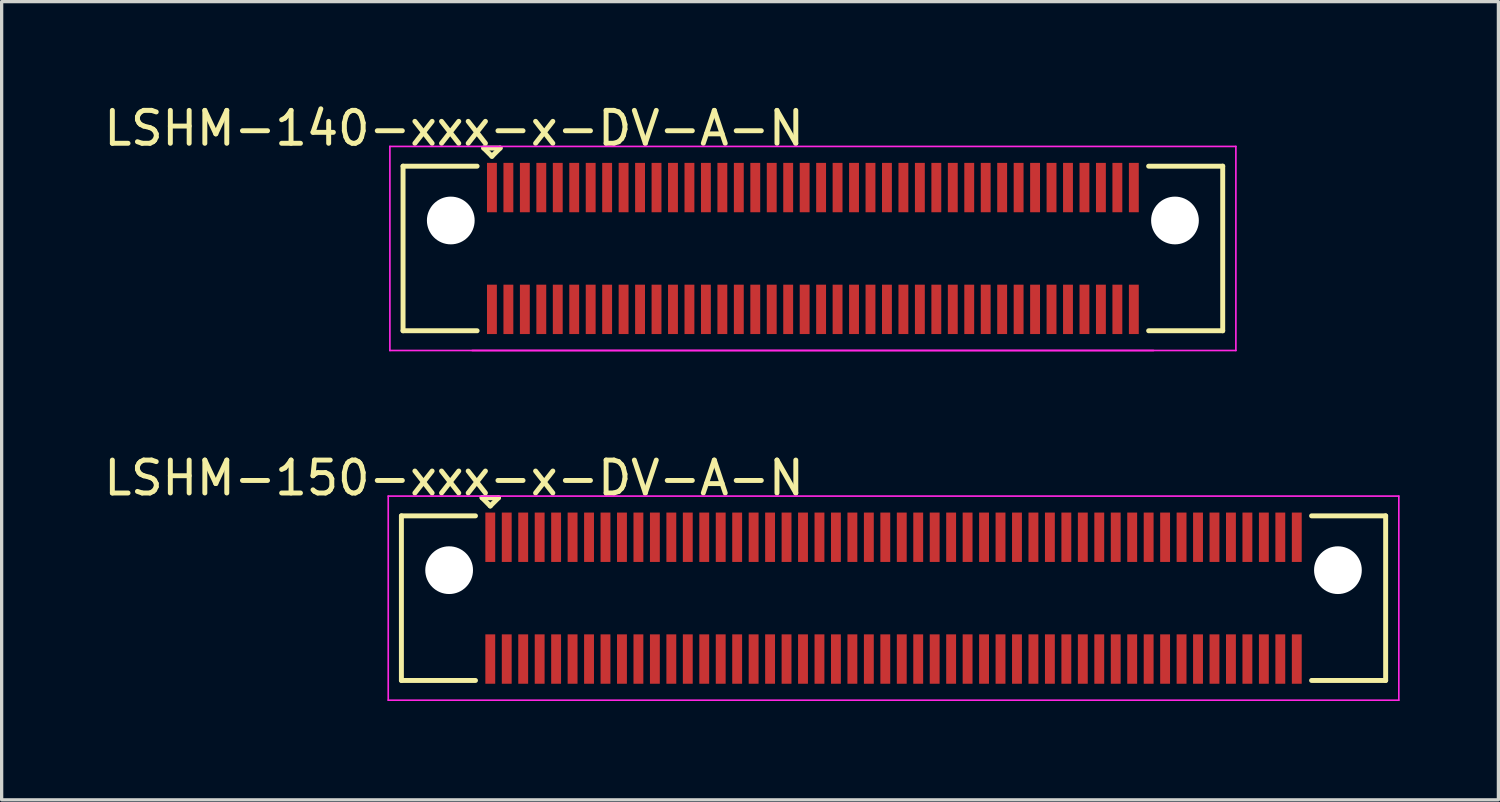
<source format=kicad_pcb>
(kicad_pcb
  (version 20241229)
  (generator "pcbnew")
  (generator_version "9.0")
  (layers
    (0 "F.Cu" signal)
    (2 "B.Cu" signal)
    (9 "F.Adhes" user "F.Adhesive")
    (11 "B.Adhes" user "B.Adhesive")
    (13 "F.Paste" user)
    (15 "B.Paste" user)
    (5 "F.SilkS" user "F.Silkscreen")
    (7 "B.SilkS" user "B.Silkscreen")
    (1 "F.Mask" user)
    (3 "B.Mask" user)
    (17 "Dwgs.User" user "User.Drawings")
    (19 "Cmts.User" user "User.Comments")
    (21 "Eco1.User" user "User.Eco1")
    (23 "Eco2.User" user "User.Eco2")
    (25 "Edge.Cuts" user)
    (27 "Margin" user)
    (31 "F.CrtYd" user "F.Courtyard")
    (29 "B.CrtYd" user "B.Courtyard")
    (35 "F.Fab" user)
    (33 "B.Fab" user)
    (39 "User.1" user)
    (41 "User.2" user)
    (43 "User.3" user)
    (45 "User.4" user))
  (footprint "LSHM-150-xxx-x-DV-A-N"
    (layer "F.Cu")
    (at 24.094 15.121)
    (property "Reference" "LSHM-150-xxx-x-DV-A-N" (at -13.35 -3.65 0) (layer "F.SilkS") (effects (font (size 1 1) (thickness 0.15))))
    (attr smd)
    (fp_line (start -14.95 -2.5) (end -14.95 2.5) (stroke (width 0.15) (type solid)) (layer "F.SilkS"))
    (fp_line (start -14.95 -2.5) (end -12.7 -2.5) (stroke (width 0.15) (type solid)) (layer "F.SilkS"))
    (fp_line (start -14.95 2.5) (end -12.7 2.5) (stroke (width 0.15) (type solid)) (layer "F.SilkS"))
    (fp_line (start -12.5 -3.05) (end -12.25 -2.8) (stroke (width 0.15) (type solid)) (layer "F.SilkS"))
    (fp_line (start -12.25 -2.8) (end -12 -3.05) (stroke (width 0.15) (type solid)) (layer "F.SilkS"))
    (fp_line (start -12 -3.05) (end -12.5 -3.05) (stroke (width 0.15) (type solid)) (layer "F.SilkS"))
    (fp_line (start 14.95 -2.5) (end 12.7 -2.5) (stroke (width 0.15) (type solid)) (layer "F.SilkS"))
    (fp_line (start 14.95 -2.5) (end 14.95 2.5) (stroke (width 0.15) (type solid)) (layer "F.SilkS"))
    (fp_line (start 14.95 2.5) (end 12.7 2.5) (stroke (width 0.15) (type solid)) (layer "F.SilkS"))
    (fp_line (start -15.35 -3.1) (end 15.35 -3.1) (stroke (width 0.05) (type solid)) (layer "F.CrtYd"))
    (fp_line (start -15.35 3.1) (end -15.35 -3.1) (stroke (width 0.05) (type solid)) (layer "F.CrtYd"))
    (fp_line (start -15.35 3.1) (end 15.35 3.1) (stroke (width 0.05) (type solid)) (layer "F.CrtYd"))
    (fp_line (start 15.35 3.1) (end 15.35 -3.1) (stroke (width 0.05) (type solid)) (layer "F.CrtYd"))
    (pad "" np_thru_hole circle (at -13.5 -0.85) (size 1.45 1.45) (drill 1.45) (layers "*.Cu" "*.Mask"))
    (pad "" np_thru_hole circle (at 13.5 -0.85) (size 1.45 1.45) (drill 1.45) (layers "*.Cu" "*.Mask"))
    (pad "1" smd rect (at -12.25 -1.85) (size 0.3 1.5) (layers "F.Cu" "F.Mask" "F.Paste"))
    (pad "2" smd rect (at -12.25 1.85) (size 0.3 1.5) (layers "F.Cu" "F.Mask" "F.Paste"))
    (pad "3" smd rect (at -11.75 -1.85) (size 0.3 1.5) (layers "F.Cu" "F.Mask" "F.Paste"))
    (pad "4" smd rect (at -11.75 1.85) (size 0.3 1.5) (layers "F.Cu" "F.Mask" "F.Paste"))
    (pad "5" smd rect (at -11.25 -1.85) (size 0.3 1.5) (layers "F.Cu" "F.Mask" "F.Paste"))
    (pad "6" smd rect (at -11.25 1.85) (size 0.3 1.5) (layers "F.Cu" "F.Mask" "F.Paste"))
    (pad "7" smd rect (at -10.75 -1.85) (size 0.3 1.5) (layers "F.Cu" "F.Mask" "F.Paste"))
    (pad "8" smd rect (at -10.75 1.85) (size 0.3 1.5) (layers "F.Cu" "F.Mask" "F.Paste"))
    (pad "9" smd rect (at -10.25 -1.85) (size 0.3 1.5) (layers "F.Cu" "F.Mask" "F.Paste"))
    (pad "10" smd rect (at -10.25 1.85) (size 0.3 1.5) (layers "F.Cu" "F.Mask" "F.Paste"))
    (pad "11" smd rect (at -9.75 -1.85) (size 0.3 1.5) (layers "F.Cu" "F.Mask" "F.Paste"))
    (pad "12" smd rect (at -9.75 1.85) (size 0.3 1.5) (layers "F.Cu" "F.Mask" "F.Paste"))
    (pad "13" smd rect (at -9.25 -1.85) (size 0.3 1.5) (layers "F.Cu" "F.Mask" "F.Paste"))
    (pad "14" smd rect (at -9.25 1.85) (size 0.3 1.5) (layers "F.Cu" "F.Mask" "F.Paste"))
    (pad "15" smd rect (at -8.75 -1.85) (size 0.3 1.5) (layers "F.Cu" "F.Mask" "F.Paste"))
    (pad "16" smd rect (at -8.75 1.85) (size 0.3 1.5) (layers "F.Cu" "F.Mask" "F.Paste"))
    (pad "17" smd rect (at -8.25 -1.85) (size 0.3 1.5) (layers "F.Cu" "F.Mask" "F.Paste"))
    (pad "18" smd rect (at -8.25 1.85) (size 0.3 1.5) (layers "F.Cu" "F.Mask" "F.Paste"))
    (pad "19" smd rect (at -7.75 -1.85) (size 0.3 1.5) (layers "F.Cu" "F.Mask" "F.Paste"))
    (pad "20" smd rect (at -7.75 1.85) (size 0.3 1.5) (layers "F.Cu" "F.Mask" "F.Paste"))
    (pad "21" smd rect (at -7.25 -1.85) (size 0.3 1.5) (layers "F.Cu" "F.Mask" "F.Paste"))
    (pad "22" smd rect (at -7.25 1.85) (size 0.3 1.5) (layers "F.Cu" "F.Mask" "F.Paste"))
    (pad "23" smd rect (at -6.75 -1.85) (size 0.3 1.5) (layers "F.Cu" "F.Mask" "F.Paste"))
    (pad "24" smd rect (at -6.75 1.85) (size 0.3 1.5) (layers "F.Cu" "F.Mask" "F.Paste"))
    (pad "25" smd rect (at -6.25 -1.85) (size 0.3 1.5) (layers "F.Cu" "F.Mask" "F.Paste"))
    (pad "26" smd rect (at -6.25 1.85) (size 0.3 1.5) (layers "F.Cu" "F.Mask" "F.Paste"))
    (pad "27" smd rect (at -5.75 -1.85) (size 0.3 1.5) (layers "F.Cu" "F.Mask" "F.Paste"))
    (pad "28" smd rect (at -5.75 1.85) (size 0.3 1.5) (layers "F.Cu" "F.Mask" "F.Paste"))
    (pad "29" smd rect (at -5.25 -1.85) (size 0.3 1.5) (layers "F.Cu" "F.Mask" "F.Paste"))
    (pad "30" smd rect (at -5.25 1.85) (size 0.3 1.5) (layers "F.Cu" "F.Mask" "F.Paste"))
    (pad "31" smd rect (at -4.75 -1.85) (size 0.3 1.5) (layers "F.Cu" "F.Mask" "F.Paste"))
    (pad "32" smd rect (at -4.75 1.85) (size 0.3 1.5) (layers "F.Cu" "F.Mask" "F.Paste"))
    (pad "33" smd rect (at -4.25 -1.85) (size 0.3 1.5) (layers "F.Cu" "F.Mask" "F.Paste"))
    (pad "34" smd rect (at -4.25 1.85) (size 0.3 1.5) (layers "F.Cu" "F.Mask" "F.Paste"))
    (pad "35" smd rect (at -3.75 -1.85) (size 0.3 1.5) (layers "F.Cu" "F.Mask" "F.Paste"))
    (pad "36" smd rect (at -3.75 1.85) (size 0.3 1.5) (layers "F.Cu" "F.Mask" "F.Paste"))
    (pad "37" smd rect (at -3.25 -1.85) (size 0.3 1.5) (layers "F.Cu" "F.Mask" "F.Paste"))
    (pad "38" smd rect (at -3.25 1.85) (size 0.3 1.5) (layers "F.Cu" "F.Mask" "F.Paste"))
    (pad "39" smd rect (at -2.75 -1.85) (size 0.3 1.5) (layers "F.Cu" "F.Mask" "F.Paste"))
    (pad "40" smd rect (at -2.75 1.85) (size 0.3 1.5) (layers "F.Cu" "F.Mask" "F.Paste"))
    (pad "41" smd rect (at -2.25 -1.85) (size 0.3 1.5) (layers "F.Cu" "F.Mask" "F.Paste"))
    (pad "42" smd rect (at -2.25 1.85) (size 0.3 1.5) (layers "F.Cu" "F.Mask" "F.Paste"))
    (pad "43" smd rect (at -1.75 -1.85) (size 0.3 1.5) (layers "F.Cu" "F.Mask" "F.Paste"))
    (pad "44" smd rect (at -1.75 1.85) (size 0.3 1.5) (layers "F.Cu" "F.Mask" "F.Paste"))
    (pad "45" smd rect (at -1.25 -1.85) (size 0.3 1.5) (layers "F.Cu" "F.Mask" "F.Paste"))
    (pad "46" smd rect (at -1.25 1.85) (size 0.3 1.5) (layers "F.Cu" "F.Mask" "F.Paste"))
    (pad "47" smd rect (at -0.75 -1.85) (size 0.3 1.5) (layers "F.Cu" "F.Mask" "F.Paste"))
    (pad "48" smd rect (at -0.75 1.85) (size 0.3 1.5) (layers "F.Cu" "F.Mask" "F.Paste"))
    (pad "49" smd rect (at -0.25 -1.85) (size 0.3 1.5) (layers "F.Cu" "F.Mask" "F.Paste"))
    (pad "50" smd rect (at -0.25 1.85) (size 0.3 1.5) (layers "F.Cu" "F.Mask" "F.Paste"))
    (pad "51" smd rect (at 0.25 -1.85) (size 0.3 1.5) (layers "F.Cu" "F.Mask" "F.Paste"))
    (pad "52" smd rect (at 0.25 1.85) (size 0.3 1.5) (layers "F.Cu" "F.Mask" "F.Paste"))
    (pad "53" smd rect (at 0.75 -1.85) (size 0.3 1.5) (layers "F.Cu" "F.Mask" "F.Paste"))
    (pad "54" smd rect (at 0.75 1.85) (size 0.3 1.5) (layers "F.Cu" "F.Mask" "F.Paste"))
    (pad "55" smd rect (at 1.25 -1.85) (size 0.3 1.5) (layers "F.Cu" "F.Mask" "F.Paste"))
    (pad "56" smd rect (at 1.25 1.85) (size 0.3 1.5) (layers "F.Cu" "F.Mask" "F.Paste"))
    (pad "57" smd rect (at 1.75 -1.85) (size 0.3 1.5) (layers "F.Cu" "F.Mask" "F.Paste"))
    (pad "58" smd rect (at 1.75 1.85) (size 0.3 1.5) (layers "F.Cu" "F.Mask" "F.Paste"))
    (pad "59" smd rect (at 2.25 -1.85) (size 0.3 1.5) (layers "F.Cu" "F.Mask" "F.Paste"))
    (pad "60" smd rect (at 2.25 1.85) (size 0.3 1.5) (layers "F.Cu" "F.Mask" "F.Paste"))
    (pad "61" smd rect (at 2.75 -1.85) (size 0.3 1.5) (layers "F.Cu" "F.Mask" "F.Paste"))
    (pad "62" smd rect (at 2.75 1.85) (size 0.3 1.5) (layers "F.Cu" "F.Mask" "F.Paste"))
    (pad "63" smd rect (at 3.25 -1.85) (size 0.3 1.5) (layers "F.Cu" "F.Mask" "F.Paste"))
    (pad "64" smd rect (at 3.25 1.85) (size 0.3 1.5) (layers "F.Cu" "F.Mask" "F.Paste"))
    (pad "65" smd rect (at 3.75 -1.85) (size 0.3 1.5) (layers "F.Cu" "F.Mask" "F.Paste"))
    (pad "66" smd rect (at 3.75 1.85) (size 0.3 1.5) (layers "F.Cu" "F.Mask" "F.Paste"))
    (pad "67" smd rect (at 4.25 -1.85) (size 0.3 1.5) (layers "F.Cu" "F.Mask" "F.Paste"))
    (pad "68" smd rect (at 4.25 1.85) (size 0.3 1.5) (layers "F.Cu" "F.Mask" "F.Paste"))
    (pad "69" smd rect (at 4.75 -1.85) (size 0.3 1.5) (layers "F.Cu" "F.Mask" "F.Paste"))
    (pad "70" smd rect (at 4.75 1.85) (size 0.3 1.5) (layers "F.Cu" "F.Mask" "F.Paste"))
    (pad "71" smd rect (at 5.25 -1.85) (size 0.3 1.5) (layers "F.Cu" "F.Mask" "F.Paste"))
    (pad "72" smd rect (at 5.25 1.85) (size 0.3 1.5) (layers "F.Cu" "F.Mask" "F.Paste"))
    (pad "73" smd rect (at 5.75 -1.85) (size 0.3 1.5) (layers "F.Cu" "F.Mask" "F.Paste"))
    (pad "74" smd rect (at 5.75 1.85) (size 0.3 1.5) (layers "F.Cu" "F.Mask" "F.Paste"))
    (pad "75" smd rect (at 6.25 -1.85) (size 0.3 1.5) (layers "F.Cu" "F.Mask" "F.Paste"))
    (pad "76" smd rect (at 6.25 1.85) (size 0.3 1.5) (layers "F.Cu" "F.Mask" "F.Paste"))
    (pad "77" smd rect (at 6.75 -1.85) (size 0.3 1.5) (layers "F.Cu" "F.Mask" "F.Paste"))
    (pad "78" smd rect (at 6.75 1.85) (size 0.3 1.5) (layers "F.Cu" "F.Mask" "F.Paste"))
    (pad "79" smd rect (at 7.25 -1.85) (size 0.3 1.5) (layers "F.Cu" "F.Mask" "F.Paste"))
    (pad "80" smd rect (at 7.25 1.85) (size 0.3 1.5) (layers "F.Cu" "F.Mask" "F.Paste"))
    (pad "81" smd rect (at 7.75 -1.85) (size 0.3 1.5) (layers "F.Cu" "F.Mask" "F.Paste"))
    (pad "82" smd rect (at 7.75 1.85) (size 0.3 1.5) (layers "F.Cu" "F.Mask" "F.Paste"))
    (pad "83" smd rect (at 8.25 -1.85) (size 0.3 1.5) (layers "F.Cu" "F.Mask" "F.Paste"))
    (pad "84" smd rect (at 8.25 1.85) (size 0.3 1.5) (layers "F.Cu" "F.Mask" "F.Paste"))
    (pad "85" smd rect (at 8.75 -1.85) (size 0.3 1.5) (layers "F.Cu" "F.Mask" "F.Paste"))
    (pad "86" smd rect (at 8.75 1.85) (size 0.3 1.5) (layers "F.Cu" "F.Mask" "F.Paste"))
    (pad "87" smd rect (at 9.25 -1.85) (size 0.3 1.5) (layers "F.Cu" "F.Mask" "F.Paste"))
    (pad "88" smd rect (at 9.25 1.85) (size 0.3 1.5) (layers "F.Cu" "F.Mask" "F.Paste"))
    (pad "89" smd rect (at 9.75 -1.85) (size 0.3 1.5) (layers "F.Cu" "F.Mask" "F.Paste"))
    (pad "90" smd rect (at 9.75 1.85) (size 0.3 1.5) (layers "F.Cu" "F.Mask" "F.Paste"))
    (pad "91" smd rect (at 10.25 -1.85) (size 0.3 1.5) (layers "F.Cu" "F.Mask" "F.Paste"))
    (pad "92" smd rect (at 10.25 1.85) (size 0.3 1.5) (layers "F.Cu" "F.Mask" "F.Paste"))
    (pad "93" smd rect (at 10.75 -1.85) (size 0.3 1.5) (layers "F.Cu" "F.Mask" "F.Paste"))
    (pad "94" smd rect (at 10.75 1.85) (size 0.3 1.5) (layers "F.Cu" "F.Mask" "F.Paste"))
    (pad "95" smd rect (at 11.25 -1.85) (size 0.3 1.5) (layers "F.Cu" "F.Mask" "F.Paste"))
    (pad "96" smd rect (at 11.25 1.85) (size 0.3 1.5) (layers "F.Cu" "F.Mask" "F.Paste"))
    (pad "97" smd rect (at 11.75 -1.85) (size 0.3 1.5) (layers "F.Cu" "F.Mask" "F.Paste"))
    (pad "98" smd rect (at 11.75 1.85) (size 0.3 1.5) (layers "F.Cu" "F.Mask" "F.Paste"))
    (pad "99" smd rect (at 12.25 -1.85) (size 0.3 1.5) (layers "F.Cu" "F.Mask" "F.Paste"))
    (pad "100" smd rect (at 12.25 1.85) (size 0.3 1.5) (layers "F.Cu" "F.Mask" "F.Paste")))
  (footprint "LSHM-140-xxx-x-DV-A-N"
    (layer "F.Cu")
    (at 21.644 4.498)
    (property "Reference" "LSHM-140-xxx-x-DV-A-N" (at -10.9 -3.65 0) (layer "F.SilkS") (effects (font (size 1 1) (thickness 0.15))))
    (attr smd)
    (fp_line (start -12.45 -2.5) (end -12.45 2.5) (stroke (width 0.15) (type solid)) (layer "F.SilkS"))
    (fp_line (start -12.45 -2.5) (end -10.2 -2.5) (stroke (width 0.15) (type solid)) (layer "F.SilkS"))
    (fp_line (start -12.45 2.5) (end -10.2 2.5) (stroke (width 0.15) (type solid)) (layer "F.SilkS"))
    (fp_line (start -10 -3.05) (end -9.75 -2.8) (stroke (width 0.15) (type solid)) (layer "F.SilkS"))
    (fp_line (start -9.75 -2.8) (end -9.5 -3.05) (stroke (width 0.15) (type solid)) (layer "F.SilkS"))
    (fp_line (start -9.5 -3.05) (end -10 -3.05) (stroke (width 0.15) (type solid)) (layer "F.SilkS"))
    (fp_line (start 12.45 -2.5) (end 10.2 -2.5) (stroke (width 0.15) (type solid)) (layer "F.SilkS"))
    (fp_line (start 12.45 -2.5) (end 12.45 2.5) (stroke (width 0.15) (type solid)) (layer "F.SilkS"))
    (fp_line (start 12.45 2.5) (end 10.2 2.5) (stroke (width 0.15) (type solid)) (layer "F.SilkS"))
    (fp_line (start -12.85 -3.1) (end 12.85 -3.1) (stroke (width 0.05) (type solid)) (layer "F.CrtYd"))
    (fp_line (start -12.85 3.1) (end -12.85 -3.1) (stroke (width 0.05) (type solid)) (layer "F.CrtYd"))
    (fp_line (start -12.85 3.1) (end 12.85 3.1) (stroke (width 0.05) (type solid)) (layer "F.CrtYd"))
    (fp_line (start -10.35 3.1) (end 10.35 3.1) (stroke (width 0.05) (type solid)) (layer "F.CrtYd"))
    (fp_line (start 12.85 3.1) (end 12.85 -3.1) (stroke (width 0.05) (type solid)) (layer "F.CrtYd"))
    (pad "" np_thru_hole circle (at -11 -0.85) (size 1.45 1.45) (drill 1.45) (layers "*.Cu" "*.Mask"))
    (pad "" np_thru_hole circle (at 11 -0.85) (size 1.45 1.45) (drill 1.45) (layers "*.Cu" "*.Mask"))
    (pad "1" smd rect (at -9.75 -1.85) (size 0.3 1.5) (layers "F.Cu" "F.Mask" "F.Paste"))
    (pad "2" smd rect (at -9.75 1.85) (size 0.3 1.5) (layers "F.Cu" "F.Mask" "F.Paste"))
    (pad "3" smd rect (at -9.25 -1.85) (size 0.3 1.5) (layers "F.Cu" "F.Mask" "F.Paste"))
    (pad "4" smd rect (at -9.25 1.85) (size 0.3 1.5) (layers "F.Cu" "F.Mask" "F.Paste"))
    (pad "5" smd rect (at -8.75 -1.85) (size 0.3 1.5) (layers "F.Cu" "F.Mask" "F.Paste"))
    (pad "6" smd rect (at -8.75 1.85) (size 0.3 1.5) (layers "F.Cu" "F.Mask" "F.Paste"))
    (pad "7" smd rect (at -8.25 -1.85) (size 0.3 1.5) (layers "F.Cu" "F.Mask" "F.Paste"))
    (pad "8" smd rect (at -8.25 1.85) (size 0.3 1.5) (layers "F.Cu" "F.Mask" "F.Paste"))
    (pad "9" smd rect (at -7.75 -1.85) (size 0.3 1.5) (layers "F.Cu" "F.Mask" "F.Paste"))
    (pad "10" smd rect (at -7.75 1.85) (size 0.3 1.5) (layers "F.Cu" "F.Mask" "F.Paste"))
    (pad "11" smd rect (at -7.25 -1.85) (size 0.3 1.5) (layers "F.Cu" "F.Mask" "F.Paste"))
    (pad "12" smd rect (at -7.25 1.85) (size 0.3 1.5) (layers "F.Cu" "F.Mask" "F.Paste"))
    (pad "13" smd rect (at -6.75 -1.85) (size 0.3 1.5) (layers "F.Cu" "F.Mask" "F.Paste"))
    (pad "14" smd rect (at -6.75 1.85) (size 0.3 1.5) (layers "F.Cu" "F.Mask" "F.Paste"))
    (pad "15" smd rect (at -6.25 -1.85) (size 0.3 1.5) (layers "F.Cu" "F.Mask" "F.Paste"))
    (pad "16" smd rect (at -6.25 1.85) (size 0.3 1.5) (layers "F.Cu" "F.Mask" "F.Paste"))
    (pad "17" smd rect (at -5.75 -1.85) (size 0.3 1.5) (layers "F.Cu" "F.Mask" "F.Paste"))
    (pad "18" smd rect (at -5.75 1.85) (size 0.3 1.5) (layers "F.Cu" "F.Mask" "F.Paste"))
    (pad "19" smd rect (at -5.25 -1.85) (size 0.3 1.5) (layers "F.Cu" "F.Mask" "F.Paste"))
    (pad "20" smd rect (at -5.25 1.85) (size 0.3 1.5) (layers "F.Cu" "F.Mask" "F.Paste"))
    (pad "21" smd rect (at -4.75 -1.85) (size 0.3 1.5) (layers "F.Cu" "F.Mask" "F.Paste"))
    (pad "22" smd rect (at -4.75 1.85) (size 0.3 1.5) (layers "F.Cu" "F.Mask" "F.Paste"))
    (pad "23" smd rect (at -4.25 -1.85) (size 0.3 1.5) (layers "F.Cu" "F.Mask" "F.Paste"))
    (pad "24" smd rect (at -4.25 1.85) (size 0.3 1.5) (layers "F.Cu" "F.Mask" "F.Paste"))
    (pad "25" smd rect (at -3.75 -1.85) (size 0.3 1.5) (layers "F.Cu" "F.Mask" "F.Paste"))
    (pad "26" smd rect (at -3.75 1.85) (size 0.3 1.5) (layers "F.Cu" "F.Mask" "F.Paste"))
    (pad "27" smd rect (at -3.25 -1.85) (size 0.3 1.5) (layers "F.Cu" "F.Mask" "F.Paste"))
    (pad "28" smd rect (at -3.25 1.85) (size 0.3 1.5) (layers "F.Cu" "F.Mask" "F.Paste"))
    (pad "29" smd rect (at -2.75 -1.85) (size 0.3 1.5) (layers "F.Cu" "F.Mask" "F.Paste"))
    (pad "30" smd rect (at -2.75 1.85) (size 0.3 1.5) (layers "F.Cu" "F.Mask" "F.Paste"))
    (pad "31" smd rect (at -2.25 -1.85) (size 0.3 1.5) (layers "F.Cu" "F.Mask" "F.Paste"))
    (pad "32" smd rect (at -2.25 1.85) (size 0.3 1.5) (layers "F.Cu" "F.Mask" "F.Paste"))
    (pad "33" smd rect (at -1.75 -1.85) (size 0.3 1.5) (layers "F.Cu" "F.Mask" "F.Paste"))
    (pad "34" smd rect (at -1.75 1.85) (size 0.3 1.5) (layers "F.Cu" "F.Mask" "F.Paste"))
    (pad "35" smd rect (at -1.25 -1.85) (size 0.3 1.5) (layers "F.Cu" "F.Mask" "F.Paste"))
    (pad "36" smd rect (at -1.25 1.85) (size 0.3 1.5) (layers "F.Cu" "F.Mask" "F.Paste"))
    (pad "37" smd rect (at -0.75 -1.85) (size 0.3 1.5) (layers "F.Cu" "F.Mask" "F.Paste"))
    (pad "38" smd rect (at -0.75 1.85) (size 0.3 1.5) (layers "F.Cu" "F.Mask" "F.Paste"))
    (pad "39" smd rect (at -0.25 -1.85) (size 0.3 1.5) (layers "F.Cu" "F.Mask" "F.Paste"))
    (pad "40" smd rect (at -0.25 1.85) (size 0.3 1.5) (layers "F.Cu" "F.Mask" "F.Paste"))
    (pad "41" smd rect (at 0.25 -1.85) (size 0.3 1.5) (layers "F.Cu" "F.Mask" "F.Paste"))
    (pad "42" smd rect (at 0.25 1.85) (size 0.3 1.5) (layers "F.Cu" "F.Mask" "F.Paste"))
    (pad "43" smd rect (at 0.75 -1.85) (size 0.3 1.5) (layers "F.Cu" "F.Mask" "F.Paste"))
    (pad "44" smd rect (at 0.75 1.85) (size 0.3 1.5) (layers "F.Cu" "F.Mask" "F.Paste"))
    (pad "45" smd rect (at 1.25 -1.85) (size 0.3 1.5) (layers "F.Cu" "F.Mask" "F.Paste"))
    (pad "46" smd rect (at 1.25 1.85) (size 0.3 1.5) (layers "F.Cu" "F.Mask" "F.Paste"))
    (pad "47" smd rect (at 1.75 -1.85) (size 0.3 1.5) (layers "F.Cu" "F.Mask" "F.Paste"))
    (pad "48" smd rect (at 1.75 1.85) (size 0.3 1.5) (layers "F.Cu" "F.Mask" "F.Paste"))
    (pad "49" smd rect (at 2.25 -1.85) (size 0.3 1.5) (layers "F.Cu" "F.Mask" "F.Paste"))
    (pad "50" smd rect (at 2.25 1.85) (size 0.3 1.5) (layers "F.Cu" "F.Mask" "F.Paste"))
    (pad "51" smd rect (at 2.75 -1.85) (size 0.3 1.5) (layers "F.Cu" "F.Mask" "F.Paste"))
    (pad "52" smd rect (at 2.75 1.85) (size 0.3 1.5) (layers "F.Cu" "F.Mask" "F.Paste"))
    (pad "53" smd rect (at 3.25 -1.85) (size 0.3 1.5) (layers "F.Cu" "F.Mask" "F.Paste"))
    (pad "54" smd rect (at 3.25 1.85) (size 0.3 1.5) (layers "F.Cu" "F.Mask" "F.Paste"))
    (pad "55" smd rect (at 3.75 -1.85) (size 0.3 1.5) (layers "F.Cu" "F.Mask" "F.Paste"))
    (pad "56" smd rect (at 3.75 1.85) (size 0.3 1.5) (layers "F.Cu" "F.Mask" "F.Paste"))
    (pad "57" smd rect (at 4.25 -1.85) (size 0.3 1.5) (layers "F.Cu" "F.Mask" "F.Paste"))
    (pad "58" smd rect (at 4.25 1.85) (size 0.3 1.5) (layers "F.Cu" "F.Mask" "F.Paste"))
    (pad "59" smd rect (at 4.75 -1.85) (size 0.3 1.5) (layers "F.Cu" "F.Mask" "F.Paste"))
    (pad "60" smd rect (at 4.75 1.85) (size 0.3 1.5) (layers "F.Cu" "F.Mask" "F.Paste"))
    (pad "61" smd rect (at 5.25 -1.85) (size 0.3 1.5) (layers "F.Cu" "F.Mask" "F.Paste"))
    (pad "62" smd rect (at 5.25 1.85) (size 0.3 1.5) (layers "F.Cu" "F.Mask" "F.Paste"))
    (pad "63" smd rect (at 5.75 -1.85) (size 0.3 1.5) (layers "F.Cu" "F.Mask" "F.Paste"))
    (pad "64" smd rect (at 5.75 1.85) (size 0.3 1.5) (layers "F.Cu" "F.Mask" "F.Paste"))
    (pad "65" smd rect (at 6.25 -1.85) (size 0.3 1.5) (layers "F.Cu" "F.Mask" "F.Paste"))
    (pad "66" smd rect (at 6.25 1.85) (size 0.3 1.5) (layers "F.Cu" "F.Mask" "F.Paste"))
    (pad "67" smd rect (at 6.75 -1.85) (size 0.3 1.5) (layers "F.Cu" "F.Mask" "F.Paste"))
    (pad "68" smd rect (at 6.75 1.85) (size 0.3 1.5) (layers "F.Cu" "F.Mask" "F.Paste"))
    (pad "69" smd rect (at 7.25 -1.85) (size 0.3 1.5) (layers "F.Cu" "F.Mask" "F.Paste"))
    (pad "70" smd rect (at 7.25 1.85) (size 0.3 1.5) (layers "F.Cu" "F.Mask" "F.Paste"))
    (pad "71" smd rect (at 7.75 -1.85) (size 0.3 1.5) (layers "F.Cu" "F.Mask" "F.Paste"))
    (pad "72" smd rect (at 7.75 1.85) (size 0.3 1.5) (layers "F.Cu" "F.Mask" "F.Paste"))
    (pad "73" smd rect (at 8.25 -1.85) (size 0.3 1.5) (layers "F.Cu" "F.Mask" "F.Paste"))
    (pad "74" smd rect (at 8.25 1.85) (size 0.3 1.5) (layers "F.Cu" "F.Mask" "F.Paste"))
    (pad "75" smd rect (at 8.75 -1.85) (size 0.3 1.5) (layers "F.Cu" "F.Mask" "F.Paste"))
    (pad "76" smd rect (at 8.75 1.85) (size 0.3 1.5) (layers "F.Cu" "F.Mask" "F.Paste"))
    (pad "77" smd rect (at 9.25 -1.85) (size 0.3 1.5) (layers "F.Cu" "F.Mask" "F.Paste"))
    (pad "78" smd rect (at 9.25 1.85) (size 0.3 1.5) (layers "F.Cu" "F.Mask" "F.Paste"))
    (pad "79" smd rect (at 9.75 -1.85) (size 0.3 1.5) (layers "F.Cu" "F.Mask" "F.Paste"))
    (pad "80" smd rect (at 9.75 1.85) (size 0.3 1.5) (layers "F.Cu" "F.Mask" "F.Paste")))
  (gr_rect
    (start -3 -3)
    (end 42.469 21.247)
    (stroke (width 0.1) (type default))
    (fill no)
    (layer "Edge.Cuts")))
</source>
